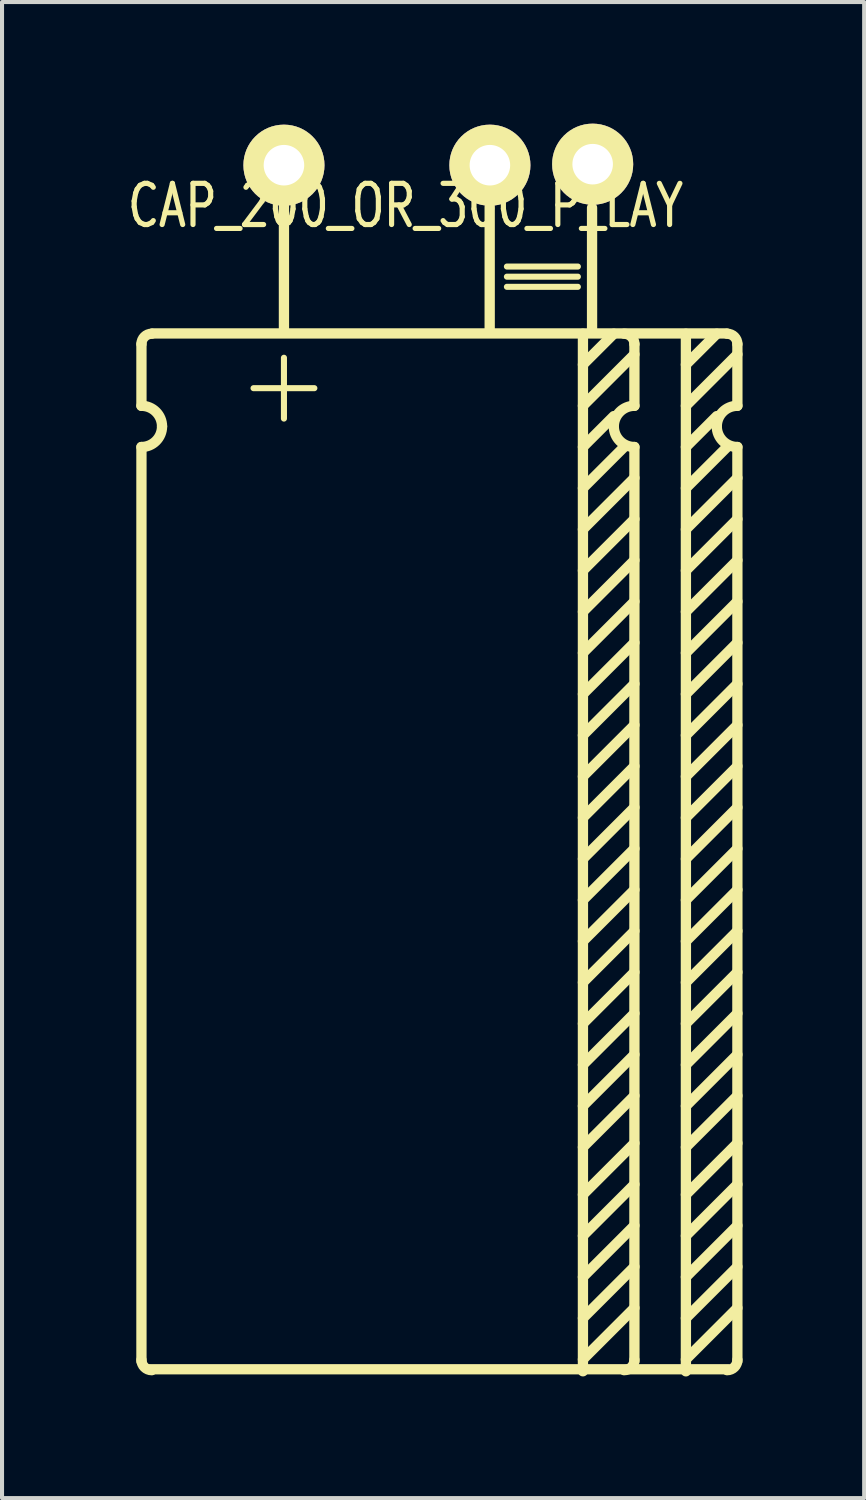
<source format=kicad_pcb>
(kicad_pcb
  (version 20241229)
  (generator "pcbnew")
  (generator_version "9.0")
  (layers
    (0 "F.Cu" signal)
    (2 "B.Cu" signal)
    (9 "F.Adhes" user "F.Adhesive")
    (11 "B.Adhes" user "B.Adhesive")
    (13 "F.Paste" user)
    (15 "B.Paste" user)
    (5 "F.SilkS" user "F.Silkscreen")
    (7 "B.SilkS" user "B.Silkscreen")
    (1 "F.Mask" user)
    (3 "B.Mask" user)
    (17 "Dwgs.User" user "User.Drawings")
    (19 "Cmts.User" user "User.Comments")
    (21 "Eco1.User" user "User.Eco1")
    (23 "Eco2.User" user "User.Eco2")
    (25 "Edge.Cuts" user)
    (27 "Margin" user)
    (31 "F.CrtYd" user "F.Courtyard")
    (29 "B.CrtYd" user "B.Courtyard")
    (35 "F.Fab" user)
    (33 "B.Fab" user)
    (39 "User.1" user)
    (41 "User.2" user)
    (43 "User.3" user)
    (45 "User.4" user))
  (footprint "CAP_200_OR_300_P_LAY"
    (layer "F.Cu")
    (at 3.954 1.025)
    (property "Reference" "CAP_200_OR_300_P_LAY" (at 3 1 0) (layer "F.SilkS") (effects (font (size 1.016 0.762) (thickness 0.127))))
    (attr through_hole)
    (fp_line (start -3.515 4.411) (end -3.515 5.935) (stroke (width 0.254) (type solid)) (layer "F.SilkS"))
    (fp_line (start -3.515 6.951) (end -3.515 29.5) (stroke (width 0.254) (type solid)) (layer "F.SilkS"))
    (fp_line (start -3.3 29.7) (end 10.95 29.7) (stroke (width 0.254) (type solid)) (layer "F.SilkS"))
    (fp_line (start -3.25 4.15) (end 10.925 4.15) (stroke (width 0.254) (type solid)) (layer "F.SilkS"))
    (fp_line (start -0.75 5.5) (end 0.75 5.5) (stroke (width 0.15) (type solid)) (layer "F.SilkS"))
    (fp_line (start 0 4.1) (end 0 1.016) (stroke (width 0.254) (type solid)) (layer "F.SilkS"))
    (fp_line (start 0 4.75) (end 0 6.25) (stroke (width 0.15) (type solid)) (layer "F.SilkS"))
    (fp_line (start 5.075 4.05) (end 5.075 1.025) (stroke (width 0.254) (type solid)) (layer "F.SilkS"))
    (fp_line (start 5.5 2.5) (end 7.25 2.5) (stroke (width 0.15) (type solid)) (layer "F.SilkS"))
    (fp_line (start 5.5 2.75) (end 7.25 2.75) (stroke (width 0.15) (type solid)) (layer "F.SilkS"))
    (fp_line (start 5.5 3) (end 7.25 3) (stroke (width 0.15) (type solid)) (layer "F.SilkS"))
    (fp_line (start 7.375 4.157) (end 7.375 29.75) (stroke (width 0.254) (type solid)) (layer "F.SilkS"))
    (fp_line (start 7.375 6.951) (end 8.137 6.189) (stroke (width 0.254) (type solid)) (layer "F.SilkS"))
    (fp_line (start 7.375 7.967) (end 8.391 6.951) (stroke (width 0.254) (type solid)) (layer "F.SilkS"))
    (fp_line (start 7.375 8.983) (end 8.645 7.713) (stroke (width 0.254) (type solid)) (layer "F.SilkS"))
    (fp_line (start 7.375 9.999) (end 8.645 8.729) (stroke (width 0.254) (type solid)) (layer "F.SilkS"))
    (fp_line (start 7.375 11.015) (end 8.645 9.745) (stroke (width 0.254) (type solid)) (layer "F.SilkS"))
    (fp_line (start 7.375 12.031) (end 8.645 10.761) (stroke (width 0.254) (type solid)) (layer "F.SilkS"))
    (fp_line (start 7.375 13.047) (end 8.645 11.777) (stroke (width 0.254) (type solid)) (layer "F.SilkS"))
    (fp_line (start 7.375 14.063) (end 8.645 12.793) (stroke (width 0.254) (type solid)) (layer "F.SilkS"))
    (fp_line (start 7.375 15.079) (end 8.645 13.809) (stroke (width 0.254) (type solid)) (layer "F.SilkS"))
    (fp_line (start 7.375 16.095) (end 8.645 14.825) (stroke (width 0.254) (type solid)) (layer "F.SilkS"))
    (fp_line (start 7.375 17.111) (end 8.645 15.841) (stroke (width 0.254) (type solid)) (layer "F.SilkS"))
    (fp_line (start 7.375 18.127) (end 8.645 16.857) (stroke (width 0.254) (type solid)) (layer "F.SilkS"))
    (fp_line (start 7.375 19.143) (end 8.645 17.873) (stroke (width 0.254) (type solid)) (layer "F.SilkS"))
    (fp_line (start 7.375 20.159) (end 8.645 18.889) (stroke (width 0.254) (type solid)) (layer "F.SilkS"))
    (fp_line (start 7.375 21.175) (end 8.645 19.905) (stroke (width 0.254) (type solid)) (layer "F.SilkS"))
    (fp_line (start 7.375 22.191) (end 8.645 20.921) (stroke (width 0.254) (type solid)) (layer "F.SilkS"))
    (fp_line (start 7.375 23.207) (end 8.645 21.937) (stroke (width 0.254) (type solid)) (layer "F.SilkS"))
    (fp_line (start 7.375 24.223) (end 8.645 22.953) (stroke (width 0.254) (type solid)) (layer "F.SilkS"))
    (fp_line (start 7.375 25.393) (end 8.645 24.123) (stroke (width 0.254) (type solid)) (layer "F.SilkS"))
    (fp_line (start 7.375 26.409) (end 8.645 25.139) (stroke (width 0.254) (type solid)) (layer "F.SilkS"))
    (fp_line (start 7.375 27.425) (end 8.645 26.155) (stroke (width 0.254) (type solid)) (layer "F.SilkS"))
    (fp_line (start 7.375 28.441) (end 8.645 27.171) (stroke (width 0.254) (type solid)) (layer "F.SilkS"))
    (fp_line (start 7.375 29.457) (end 8.645 28.187) (stroke (width 0.254) (type solid)) (layer "F.SilkS"))
    (fp_line (start 7.6 4.075) (end 7.6 1.05) (stroke (width 0.254) (type solid)) (layer "F.SilkS"))
    (fp_line (start 8.137 4.157) (end 7.375 4.919) (stroke (width 0.254) (type solid)) (layer "F.SilkS"))
    (fp_line (start 8.645 4.411) (end 8.645 5.935) (stroke (width 0.254) (type solid)) (layer "F.SilkS"))
    (fp_line (start 8.645 4.665) (end 7.375 5.935) (stroke (width 0.254) (type solid)) (layer "F.SilkS"))
    (fp_line (start 8.645 6.951) (end 8.645 29.5) (stroke (width 0.254) (type solid)) (layer "F.SilkS"))
    (fp_line (start 9.915 4.157) (end 9.915 29.751) (stroke (width 0.254) (type solid)) (layer "F.SilkS"))
    (fp_line (start 9.915 6.951) (end 10.677 6.189) (stroke (width 0.254) (type solid)) (layer "F.SilkS"))
    (fp_line (start 9.915 7.967) (end 10.931 6.951) (stroke (width 0.254) (type solid)) (layer "F.SilkS"))
    (fp_line (start 9.915 8.983) (end 11.185 7.713) (stroke (width 0.254) (type solid)) (layer "F.SilkS"))
    (fp_line (start 9.915 9.999) (end 11.185 8.729) (stroke (width 0.254) (type solid)) (layer "F.SilkS"))
    (fp_line (start 9.915 11.015) (end 11.185 9.745) (stroke (width 0.254) (type solid)) (layer "F.SilkS"))
    (fp_line (start 9.915 12.031) (end 11.185 10.761) (stroke (width 0.254) (type solid)) (layer "F.SilkS"))
    (fp_line (start 9.915 13.047) (end 11.185 11.777) (stroke (width 0.254) (type solid)) (layer "F.SilkS"))
    (fp_line (start 9.915 14.063) (end 11.185 12.793) (stroke (width 0.254) (type solid)) (layer "F.SilkS"))
    (fp_line (start 9.915 15.079) (end 11.185 13.809) (stroke (width 0.254) (type solid)) (layer "F.SilkS"))
    (fp_line (start 9.915 16.095) (end 11.185 14.825) (stroke (width 0.254) (type solid)) (layer "F.SilkS"))
    (fp_line (start 9.915 17.111) (end 11.185 15.841) (stroke (width 0.254) (type solid)) (layer "F.SilkS"))
    (fp_line (start 9.915 18.127) (end 11.185 16.857) (stroke (width 0.254) (type solid)) (layer "F.SilkS"))
    (fp_line (start 9.915 19.143) (end 11.185 17.873) (stroke (width 0.254) (type solid)) (layer "F.SilkS"))
    (fp_line (start 9.915 20.159) (end 11.185 18.889) (stroke (width 0.254) (type solid)) (layer "F.SilkS"))
    (fp_line (start 9.915 21.175) (end 11.185 19.905) (stroke (width 0.254) (type solid)) (layer "F.SilkS"))
    (fp_line (start 9.915 22.191) (end 11.185 20.921) (stroke (width 0.254) (type solid)) (layer "F.SilkS"))
    (fp_line (start 9.915 23.207) (end 11.185 21.937) (stroke (width 0.254) (type solid)) (layer "F.SilkS"))
    (fp_line (start 9.915 24.223) (end 11.185 22.953) (stroke (width 0.254) (type solid)) (layer "F.SilkS"))
    (fp_line (start 9.915 25.393) (end 11.185 24.123) (stroke (width 0.254) (type solid)) (layer "F.SilkS"))
    (fp_line (start 9.915 26.409) (end 11.185 25.139) (stroke (width 0.254) (type solid)) (layer "F.SilkS"))
    (fp_line (start 9.915 27.425) (end 11.185 26.155) (stroke (width 0.254) (type solid)) (layer "F.SilkS"))
    (fp_line (start 9.915 28.441) (end 11.185 27.171) (stroke (width 0.254) (type solid)) (layer "F.SilkS"))
    (fp_line (start 9.915 29.457) (end 11.185 28.187) (stroke (width 0.254) (type solid)) (layer "F.SilkS"))
    (fp_line (start 10.677 4.157) (end 9.915 4.919) (stroke (width 0.254) (type solid)) (layer "F.SilkS"))
    (fp_line (start 11.185 4.411) (end 11.185 5.935) (stroke (width 0.254) (type solid)) (layer "F.SilkS"))
    (fp_line (start 11.185 4.665) (end 9.915 5.935) (stroke (width 0.254) (type solid)) (layer "F.SilkS"))
    (fp_line (start 11.185 6.951) (end 11.185 29.5) (stroke (width 0.254) (type solid)) (layer "F.SilkS"))
    (fp_arc (start -3.515 4.411) (mid -3.440605 4.231395) (end -3.261 4.157) (stroke (width 0.254) (type solid)) (layer "F.SilkS"))
    (fp_arc (start -3.515 5.935) (mid -3.15579 6.08379) (end -3.007 6.443) (stroke (width 0.254) (type solid)) (layer "F.SilkS"))
    (fp_arc (start -3.261 29.723) (mid -3.440605 29.648605) (end -3.515 29.469) (stroke (width 0.254) (type solid)) (layer "F.SilkS"))
    (fp_arc (start -3.007 6.443) (mid -3.15579 6.80221) (end -3.515 6.951) (stroke (width 0.254) (type solid)) (layer "F.SilkS"))
    (fp_arc (start 8.137 6.443) (mid 8.28579 6.08379) (end 8.645 5.935) (stroke (width 0.254) (type solid)) (layer "F.SilkS"))
    (fp_arc (start 8.391 4.157) (mid 8.570605 4.231395) (end 8.645 4.411) (stroke (width 0.254) (type solid)) (layer "F.SilkS"))
    (fp_arc (start 8.645 6.951) (mid 8.28579 6.80221) (end 8.137 6.443) (stroke (width 0.254) (type solid)) (layer "F.SilkS"))
    (fp_arc (start 8.645 29.469) (mid 8.570605 29.648605) (end 8.391 29.723) (stroke (width 0.254) (type solid)) (layer "F.SilkS"))
    (fp_arc (start 10.677 6.443) (mid 10.82579 6.08379) (end 11.185 5.935) (stroke (width 0.254) (type solid)) (layer "F.SilkS"))
    (fp_arc (start 10.931 4.157) (mid 11.110605 4.231395) (end 11.185 4.411) (stroke (width 0.254) (type solid)) (layer "F.SilkS"))
    (fp_arc (start 11.185 6.951) (mid 10.82579 6.80221) (end 10.677 6.443) (stroke (width 0.254) (type solid)) (layer "F.SilkS"))
    (fp_arc (start 11.185 29.469) (mid 11.110605 29.648605) (end 10.931 29.723) (stroke (width 0.254) (type solid)) (layer "F.SilkS"))
    (pad "1" thru_hole circle (at 0 0) (size 2 2) (drill 1) (layers "*.Cu" "*.Mask" "F.SilkS"))
    (pad "2" thru_hole circle (at 5.08 0) (size 2 2) (drill 1) (layers "*.Cu" "*.Mask" "F.SilkS"))
    (pad "2" thru_hole circle (at 7.615 -0.025) (size 2 2) (drill 1) (layers "*.Cu" "*.Mask" "F.SilkS")))
  (gr_rect
    (start -3 -3)
    (end 18.266 33.903)
    (stroke (width 0.1) (type default))
    (fill no)
    (layer "Edge.Cuts")))
</source>
